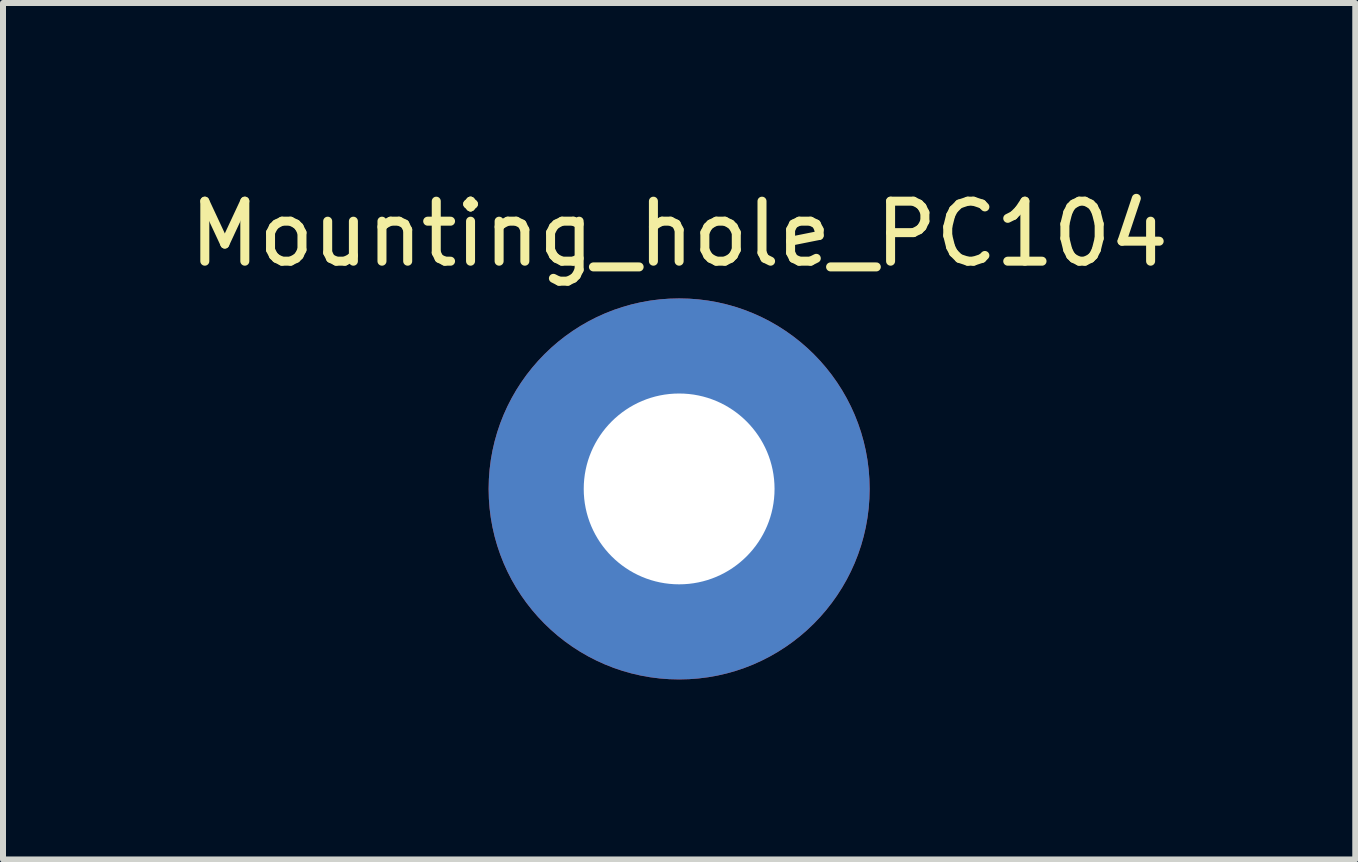
<source format=kicad_pcb>
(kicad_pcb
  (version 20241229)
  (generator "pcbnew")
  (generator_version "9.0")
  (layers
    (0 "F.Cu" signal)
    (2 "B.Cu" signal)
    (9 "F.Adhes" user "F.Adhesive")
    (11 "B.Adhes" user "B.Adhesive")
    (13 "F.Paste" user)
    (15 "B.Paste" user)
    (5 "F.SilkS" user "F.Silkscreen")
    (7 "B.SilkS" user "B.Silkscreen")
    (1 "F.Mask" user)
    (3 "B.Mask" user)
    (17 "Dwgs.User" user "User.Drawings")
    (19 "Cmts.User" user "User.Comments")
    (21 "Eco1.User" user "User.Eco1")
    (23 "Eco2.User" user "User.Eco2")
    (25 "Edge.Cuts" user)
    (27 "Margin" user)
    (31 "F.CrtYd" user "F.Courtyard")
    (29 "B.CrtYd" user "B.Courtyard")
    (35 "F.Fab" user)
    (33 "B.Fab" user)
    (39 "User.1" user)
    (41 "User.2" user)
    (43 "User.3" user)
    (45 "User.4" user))
  (footprint "Mounting_hole_PC104"
    (layer "F.Cu")
    (at 8.268 0.348)
    (property "Reference" "Mounting_hole_PC104" (at 0 0.5 0) (layer "F.SilkS") (effects (font (size 1 1) (thickness 0.15))))
    (attr through_hole)
    (pad "1" thru_hole circle (at 0 4.75) (size 6.35 6.35) (drill 3.18) (layers "*.Cu" "*.Mask")))
  (gr_rect
    (start -3 -3)
    (end 19.536 11.273)
    (stroke (width 0.1) (type default))
    (fill no)
    (layer "Edge.Cuts")))
</source>
